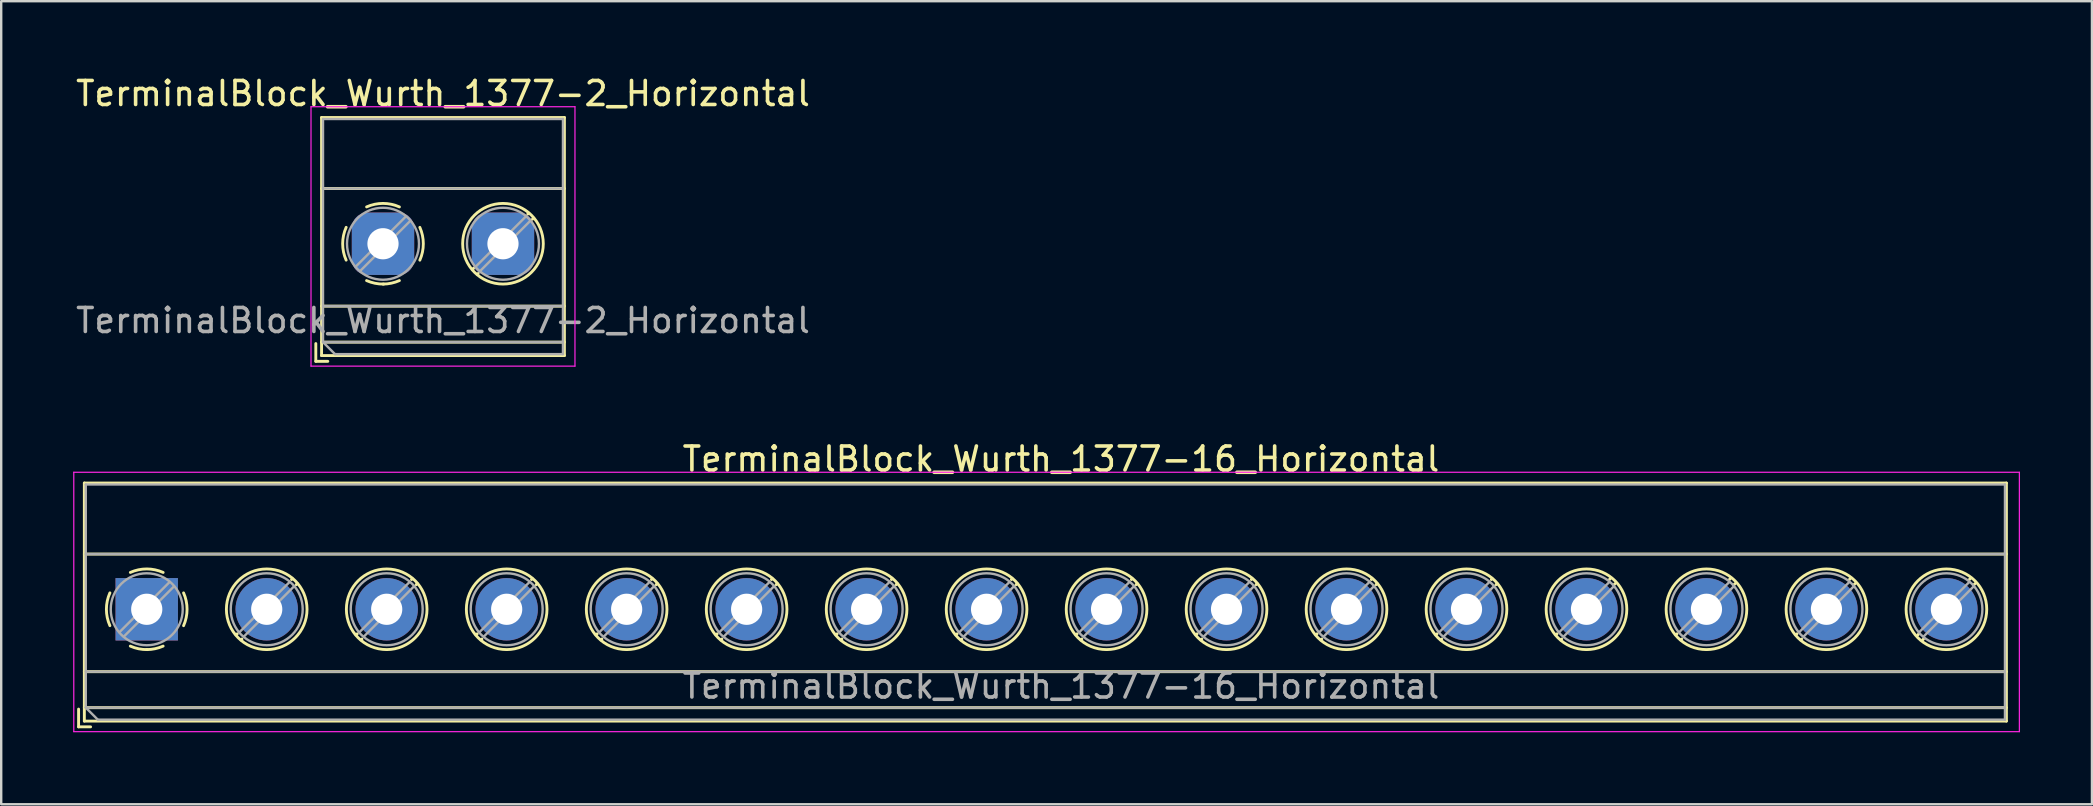
<source format=kicad_pcb>
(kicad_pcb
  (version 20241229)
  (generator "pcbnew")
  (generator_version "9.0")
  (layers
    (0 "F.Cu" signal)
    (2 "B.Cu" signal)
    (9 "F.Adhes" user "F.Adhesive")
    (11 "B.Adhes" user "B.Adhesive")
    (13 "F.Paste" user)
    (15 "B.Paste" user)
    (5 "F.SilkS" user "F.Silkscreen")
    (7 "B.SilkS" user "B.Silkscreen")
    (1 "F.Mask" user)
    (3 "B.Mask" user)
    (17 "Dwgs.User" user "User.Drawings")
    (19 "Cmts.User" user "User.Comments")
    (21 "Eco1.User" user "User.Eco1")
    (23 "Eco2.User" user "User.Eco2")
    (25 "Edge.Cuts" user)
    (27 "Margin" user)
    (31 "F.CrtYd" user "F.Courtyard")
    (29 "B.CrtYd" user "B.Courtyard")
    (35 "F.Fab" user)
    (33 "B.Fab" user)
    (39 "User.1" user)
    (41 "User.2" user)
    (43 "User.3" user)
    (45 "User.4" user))
  (footprint "TerminalBlock_Wurth_1377-16_Horizontal"
    (layer "F.Cu")
    (at 3.065 22.341)
    (property "Reference" "TerminalBlock_Wurth_1377-16_Horizontal" (at 38.1 -6.26 0) (layer "F.SilkS") (effects (font (size 1 1) (thickness 0.15))))
    (attr through_hole)
    (fp_line (start -2.84 4.16) (end -2.84 4.9) (stroke (width 0.12) (type solid)) (layer "F.SilkS"))
    (fp_line (start -2.84 4.9) (end -2.34 4.9) (stroke (width 0.12) (type solid)) (layer "F.SilkS"))
    (fp_line (start -2.6 -5.261) (end -2.6 4.66) (stroke (width 0.12) (type solid)) (layer "F.SilkS"))
    (fp_line (start -2.6 -5.261) (end 77.5 -5.261) (stroke (width 0.12) (type solid)) (layer "F.SilkS"))
    (fp_line (start -2.6 -2.301) (end 77.5 -2.301) (stroke (width 0.12) (type solid)) (layer "F.SilkS"))
    (fp_line (start -2.6 2.6) (end 77.5 2.6) (stroke (width 0.12) (type solid)) (layer "F.SilkS"))
    (fp_line (start -2.6 4.1) (end 77.5 4.1) (stroke (width 0.12) (type solid)) (layer "F.SilkS"))
    (fp_line (start -2.6 4.66) (end 77.5 4.66) (stroke (width 0.12) (type solid)) (layer "F.SilkS"))
    (fp_line (start 3.773 1.023) (end 3.726 1.069) (stroke (width 0.12) (type solid)) (layer "F.SilkS"))
    (fp_line (start 3.966 1.239) (end 3.931 1.274) (stroke (width 0.12) (type solid)) (layer "F.SilkS"))
    (fp_line (start 6.07 -1.275) (end 6.035 -1.239) (stroke (width 0.12) (type solid)) (layer "F.SilkS"))
    (fp_line (start 6.275 -1.069) (end 6.228 -1.023) (stroke (width 0.12) (type solid)) (layer "F.SilkS"))
    (fp_line (start 8.773 1.023) (end 8.726 1.069) (stroke (width 0.12) (type solid)) (layer "F.SilkS"))
    (fp_line (start 8.966 1.239) (end 8.931 1.274) (stroke (width 0.12) (type solid)) (layer "F.SilkS"))
    (fp_line (start 11.07 -1.275) (end 11.035 -1.239) (stroke (width 0.12) (type solid)) (layer "F.SilkS"))
    (fp_line (start 11.275 -1.069) (end 11.228 -1.023) (stroke (width 0.12) (type solid)) (layer "F.SilkS"))
    (fp_line (start 13.773 1.023) (end 13.726 1.069) (stroke (width 0.12) (type solid)) (layer "F.SilkS"))
    (fp_line (start 13.966 1.239) (end 13.931 1.274) (stroke (width 0.12) (type solid)) (layer "F.SilkS"))
    (fp_line (start 16.07 -1.275) (end 16.035 -1.239) (stroke (width 0.12) (type solid)) (layer "F.SilkS"))
    (fp_line (start 16.275 -1.069) (end 16.228 -1.023) (stroke (width 0.12) (type solid)) (layer "F.SilkS"))
    (fp_line (start 18.773 1.023) (end 18.726 1.069) (stroke (width 0.12) (type solid)) (layer "F.SilkS"))
    (fp_line (start 18.966 1.239) (end 18.931 1.274) (stroke (width 0.12) (type solid)) (layer "F.SilkS"))
    (fp_line (start 21.07 -1.275) (end 21.035 -1.239) (stroke (width 0.12) (type solid)) (layer "F.SilkS"))
    (fp_line (start 21.275 -1.069) (end 21.228 -1.023) (stroke (width 0.12) (type solid)) (layer "F.SilkS"))
    (fp_line (start 23.773 1.023) (end 23.726 1.069) (stroke (width 0.12) (type solid)) (layer "F.SilkS"))
    (fp_line (start 23.966 1.239) (end 23.931 1.274) (stroke (width 0.12) (type solid)) (layer "F.SilkS"))
    (fp_line (start 26.07 -1.275) (end 26.035 -1.239) (stroke (width 0.12) (type solid)) (layer "F.SilkS"))
    (fp_line (start 26.275 -1.069) (end 26.228 -1.023) (stroke (width 0.12) (type solid)) (layer "F.SilkS"))
    (fp_line (start 28.773 1.023) (end 28.726 1.069) (stroke (width 0.12) (type solid)) (layer "F.SilkS"))
    (fp_line (start 28.966 1.239) (end 28.931 1.274) (stroke (width 0.12) (type solid)) (layer "F.SilkS"))
    (fp_line (start 31.07 -1.275) (end 31.035 -1.239) (stroke (width 0.12) (type solid)) (layer "F.SilkS"))
    (fp_line (start 31.275 -1.069) (end 31.228 -1.023) (stroke (width 0.12) (type solid)) (layer "F.SilkS"))
    (fp_line (start 33.773 1.023) (end 33.726 1.069) (stroke (width 0.12) (type solid)) (layer "F.SilkS"))
    (fp_line (start 33.966 1.239) (end 33.931 1.274) (stroke (width 0.12) (type solid)) (layer "F.SilkS"))
    (fp_line (start 36.07 -1.275) (end 36.035 -1.239) (stroke (width 0.12) (type solid)) (layer "F.SilkS"))
    (fp_line (start 36.275 -1.069) (end 36.228 -1.023) (stroke (width 0.12) (type solid)) (layer "F.SilkS"))
    (fp_line (start 38.773 1.023) (end 38.726 1.069) (stroke (width 0.12) (type solid)) (layer "F.SilkS"))
    (fp_line (start 38.966 1.239) (end 38.931 1.274) (stroke (width 0.12) (type solid)) (layer "F.SilkS"))
    (fp_line (start 41.07 -1.275) (end 41.035 -1.239) (stroke (width 0.12) (type solid)) (layer "F.SilkS"))
    (fp_line (start 41.275 -1.069) (end 41.228 -1.023) (stroke (width 0.12) (type solid)) (layer "F.SilkS"))
    (fp_line (start 43.773 1.023) (end 43.726 1.069) (stroke (width 0.12) (type solid)) (layer "F.SilkS"))
    (fp_line (start 43.966 1.239) (end 43.931 1.274) (stroke (width 0.12) (type solid)) (layer "F.SilkS"))
    (fp_line (start 46.07 -1.275) (end 46.035 -1.239) (stroke (width 0.12) (type solid)) (layer "F.SilkS"))
    (fp_line (start 46.275 -1.069) (end 46.228 -1.023) (stroke (width 0.12) (type solid)) (layer "F.SilkS"))
    (fp_line (start 48.773 1.023) (end 48.726 1.069) (stroke (width 0.12) (type solid)) (layer "F.SilkS"))
    (fp_line (start 48.966 1.239) (end 48.931 1.274) (stroke (width 0.12) (type solid)) (layer "F.SilkS"))
    (fp_line (start 51.07 -1.275) (end 51.035 -1.239) (stroke (width 0.12) (type solid)) (layer "F.SilkS"))
    (fp_line (start 51.275 -1.069) (end 51.228 -1.023) (stroke (width 0.12) (type solid)) (layer "F.SilkS"))
    (fp_line (start 53.773 1.023) (end 53.726 1.069) (stroke (width 0.12) (type solid)) (layer "F.SilkS"))
    (fp_line (start 53.966 1.239) (end 53.931 1.274) (stroke (width 0.12) (type solid)) (layer "F.SilkS"))
    (fp_line (start 56.07 -1.275) (end 56.035 -1.239) (stroke (width 0.12) (type solid)) (layer "F.SilkS"))
    (fp_line (start 56.275 -1.069) (end 56.228 -1.023) (stroke (width 0.12) (type solid)) (layer "F.SilkS"))
    (fp_line (start 58.773 1.023) (end 58.726 1.069) (stroke (width 0.12) (type solid)) (layer "F.SilkS"))
    (fp_line (start 58.966 1.239) (end 58.931 1.274) (stroke (width 0.12) (type solid)) (layer "F.SilkS"))
    (fp_line (start 60.99 -1.275) (end 60.955 -1.239) (stroke (width 0.12) (type solid)) (layer "F.SilkS"))
    (fp_line (start 61.195 -1.069) (end 61.148 -1.023) (stroke (width 0.12) (type solid)) (layer "F.SilkS"))
    (fp_line (start 63.773 1.023) (end 63.726 1.069) (stroke (width 0.12) (type solid)) (layer "F.SilkS"))
    (fp_line (start 63.966 1.239) (end 63.931 1.274) (stroke (width 0.12) (type solid)) (layer "F.SilkS"))
    (fp_line (start 65.99 -1.275) (end 65.955 -1.239) (stroke (width 0.12) (type solid)) (layer "F.SilkS"))
    (fp_line (start 66.195 -1.069) (end 66.148 -1.023) (stroke (width 0.12) (type solid)) (layer "F.SilkS"))
    (fp_line (start 68.773 1.023) (end 68.726 1.069) (stroke (width 0.12) (type solid)) (layer "F.SilkS"))
    (fp_line (start 68.966 1.239) (end 68.931 1.274) (stroke (width 0.12) (type solid)) (layer "F.SilkS"))
    (fp_line (start 70.99 -1.275) (end 70.955 -1.239) (stroke (width 0.12) (type solid)) (layer "F.SilkS"))
    (fp_line (start 71.195 -1.069) (end 71.148 -1.023) (stroke (width 0.12) (type solid)) (layer "F.SilkS"))
    (fp_line (start 73.853 1.023) (end 73.806 1.069) (stroke (width 0.12) (type solid)) (layer "F.SilkS"))
    (fp_line (start 74.046 1.239) (end 74.011 1.274) (stroke (width 0.12) (type solid)) (layer "F.SilkS"))
    (fp_line (start 75.99 -1.275) (end 75.955 -1.239) (stroke (width 0.12) (type solid)) (layer "F.SilkS"))
    (fp_line (start 76.195 -1.069) (end 76.148 -1.023) (stroke (width 0.12) (type solid)) (layer "F.SilkS"))
    (fp_line (start 77.5 -5.261) (end 77.5 4.66) (stroke (width 0.12) (type solid)) (layer "F.SilkS"))
    (fp_arc (start -1.535427 0.683042) (mid -1.680501 -0.000524) (end -1.535 -0.684) (stroke (width 0.12) (type solid)) (layer "F.SilkS"))
    (fp_arc (start -0.683042 -1.535427) (mid 0.000524 -1.680501) (end 0.684 -1.535) (stroke (width 0.12) (type solid)) (layer "F.SilkS"))
    (fp_arc (start 0.028805 1.680253) (mid -0.335551 1.646659) (end -0.684 1.535) (stroke (width 0.12) (type solid)) (layer "F.SilkS"))
    (fp_arc (start 0.683318 1.534756) (mid 0.349292 1.643288) (end 0 1.68) (stroke (width 0.12) (type solid)) (layer "F.SilkS"))
    (fp_arc (start 1.535427 -0.683042) (mid 1.680501 0.000524) (end 1.535 0.684) (stroke (width 0.12) (type solid)) (layer "F.SilkS"))
    (fp_circle (center 5 0) (end 6.68 0) (stroke (width 0.12) (type solid)) (fill no) (layer "F.SilkS"))
    (fp_circle (center 10 0) (end 11.68 0) (stroke (width 0.12) (type solid)) (fill no) (layer "F.SilkS"))
    (fp_circle (center 15 0) (end 16.68 0) (stroke (width 0.12) (type solid)) (fill no) (layer "F.SilkS"))
    (fp_circle (center 20 0) (end 21.68 0) (stroke (width 0.12) (type solid)) (fill no) (layer "F.SilkS"))
    (fp_circle (center 25 0) (end 26.68 0) (stroke (width 0.12) (type solid)) (fill no) (layer "F.SilkS"))
    (fp_circle (center 30 0) (end 31.68 0) (stroke (width 0.12) (type solid)) (fill no) (layer "F.SilkS"))
    (fp_circle (center 35 0) (end 36.68 0) (stroke (width 0.12) (type solid)) (fill no) (layer "F.SilkS"))
    (fp_circle (center 40 0) (end 41.68 0) (stroke (width 0.12) (type solid)) (fill no) (layer "F.SilkS"))
    (fp_circle (center 45 0) (end 46.68 0) (stroke (width 0.12) (type solid)) (fill no) (layer "F.SilkS"))
    (fp_circle (center 50 0) (end 51.68 0) (stroke (width 0.12) (type solid)) (fill no) (layer "F.SilkS"))
    (fp_circle (center 55 0) (end 56.68 0) (stroke (width 0.12) (type solid)) (fill no) (layer "F.SilkS"))
    (fp_circle (center 60 0) (end 61.68 0) (stroke (width 0.12) (type solid)) (fill no) (layer "F.SilkS"))
    (fp_circle (center 65 0) (end 66.68 0) (stroke (width 0.12) (type solid)) (fill no) (layer "F.SilkS"))
    (fp_circle (center 70 0) (end 71.68 0) (stroke (width 0.12) (type solid)) (fill no) (layer "F.SilkS"))
    (fp_circle (center 75 0) (end 76.68 0) (stroke (width 0.12) (type solid)) (fill no) (layer "F.SilkS"))
    (fp_line (start -3.04 -5.71) (end -3.04 5.1) (stroke (width 0.05) (type solid)) (layer "F.CrtYd"))
    (fp_line (start -3.04 5.1) (end 78.04 5.1) (stroke (width 0.05) (type solid)) (layer "F.CrtYd"))
    (fp_line (start 78.04 -5.71) (end -3.04 -5.71) (stroke (width 0.05) (type solid)) (layer "F.CrtYd"))
    (fp_line (start 78.04 5.1) (end 78.04 -5.71) (stroke (width 0.05) (type solid)) (layer "F.CrtYd"))
    (fp_line (start -2.54 -5.2) (end 77.44 -5.2) (stroke (width 0.1) (type solid)) (layer "F.Fab"))
    (fp_line (start -2.54 -2.3) (end 77.4 -2.3) (stroke (width 0.1) (type solid)) (layer "F.Fab"))
    (fp_line (start -2.54 2.6) (end 77.4 2.6) (stroke (width 0.1) (type solid)) (layer "F.Fab"))
    (fp_line (start -2.54 4.1) (end -2.54 -5.2) (stroke (width 0.1) (type solid)) (layer "F.Fab"))
    (fp_line (start -2.54 4.1) (end 77.4 4.1) (stroke (width 0.1) (type solid)) (layer "F.Fab"))
    (fp_line (start -2.04 4.6) (end -2.54 4.1) (stroke (width 0.1) (type solid)) (layer "F.Fab"))
    (fp_line (start 0.955 -1.138) (end -1.138 0.955) (stroke (width 0.1) (type solid)) (layer "F.Fab"))
    (fp_line (start 1.138 -0.955) (end -0.955 1.138) (stroke (width 0.1) (type solid)) (layer "F.Fab"))
    (fp_line (start 5.955 -1.138) (end 3.863 0.955) (stroke (width 0.1) (type solid)) (layer "F.Fab"))
    (fp_line (start 6.138 -0.955) (end 4.046 1.138) (stroke (width 0.1) (type solid)) (layer "F.Fab"))
    (fp_line (start 10.955 -1.138) (end 8.863 0.955) (stroke (width 0.1) (type solid)) (layer "F.Fab"))
    (fp_line (start 11.138 -0.955) (end 9.046 1.138) (stroke (width 0.1) (type solid)) (layer "F.Fab"))
    (fp_line (start 15.955 -1.138) (end 13.863 0.955) (stroke (width 0.1) (type solid)) (layer "F.Fab"))
    (fp_line (start 16.138 -0.955) (end 14.046 1.138) (stroke (width 0.1) (type solid)) (layer "F.Fab"))
    (fp_line (start 20.955 -1.138) (end 18.863 0.955) (stroke (width 0.1) (type solid)) (layer "F.Fab"))
    (fp_line (start 21.138 -0.955) (end 19.046 1.138) (stroke (width 0.1) (type solid)) (layer "F.Fab"))
    (fp_line (start 25.955 -1.138) (end 23.863 0.955) (stroke (width 0.1) (type solid)) (layer "F.Fab"))
    (fp_line (start 26.138 -0.955) (end 24.046 1.138) (stroke (width 0.1) (type solid)) (layer "F.Fab"))
    (fp_line (start 30.955 -1.138) (end 28.863 0.955) (stroke (width 0.1) (type solid)) (layer "F.Fab"))
    (fp_line (start 31.138 -0.955) (end 29.046 1.138) (stroke (width 0.1) (type solid)) (layer "F.Fab"))
    (fp_line (start 35.955 -1.138) (end 33.863 0.955) (stroke (width 0.1) (type solid)) (layer "F.Fab"))
    (fp_line (start 36.138 -0.955) (end 34.046 1.138) (stroke (width 0.1) (type solid)) (layer "F.Fab"))
    (fp_line (start 40.955 -1.138) (end 38.863 0.955) (stroke (width 0.1) (type solid)) (layer "F.Fab"))
    (fp_line (start 41.138 -0.955) (end 39.046 1.138) (stroke (width 0.1) (type solid)) (layer "F.Fab"))
    (fp_line (start 45.955 -1.138) (end 43.863 0.955) (stroke (width 0.1) (type solid)) (layer "F.Fab"))
    (fp_line (start 46.138 -0.955) (end 44.046 1.138) (stroke (width 0.1) (type solid)) (layer "F.Fab"))
    (fp_line (start 50.955 -1.138) (end 48.863 0.955) (stroke (width 0.1) (type solid)) (layer "F.Fab"))
    (fp_line (start 51.138 -0.955) (end 49.046 1.138) (stroke (width 0.1) (type solid)) (layer "F.Fab"))
    (fp_line (start 55.955 -1.138) (end 53.863 0.955) (stroke (width 0.1) (type solid)) (layer "F.Fab"))
    (fp_line (start 56.138 -0.955) (end 54.046 1.138) (stroke (width 0.1) (type solid)) (layer "F.Fab"))
    (fp_line (start 60.955 -1.138) (end 58.863 0.955) (stroke (width 0.1) (type solid)) (layer "F.Fab"))
    (fp_line (start 61.138 -0.955) (end 59.046 1.138) (stroke (width 0.1) (type solid)) (layer "F.Fab"))
    (fp_line (start 65.955 -1.138) (end 63.863 0.955) (stroke (width 0.1) (type solid)) (layer "F.Fab"))
    (fp_line (start 66.138 -0.955) (end 64.046 1.138) (stroke (width 0.1) (type solid)) (layer "F.Fab"))
    (fp_line (start 70.955 -1.138) (end 68.863 0.955) (stroke (width 0.1) (type solid)) (layer "F.Fab"))
    (fp_line (start 71.138 -0.955) (end 69.046 1.138) (stroke (width 0.1) (type solid)) (layer "F.Fab"))
    (fp_line (start 75.955 -1.138) (end 73.863 0.955) (stroke (width 0.1) (type solid)) (layer "F.Fab"))
    (fp_line (start 76.138 -0.955) (end 74.046 1.138) (stroke (width 0.1) (type solid)) (layer "F.Fab"))
    (fp_line (start 77.44 -5.2) (end 77.44 4.6) (stroke (width 0.1) (type solid)) (layer "F.Fab"))
    (fp_line (start 77.44 4.6) (end -2.04 4.6) (stroke (width 0.1) (type solid)) (layer "F.Fab"))
    (fp_circle (center 0 0) (end 1.5 0) (stroke (width 0.1) (type solid)) (fill no) (layer "F.Fab"))
    (fp_circle (center 5 0) (end 6.5 0) (stroke (width 0.1) (type solid)) (fill no) (layer "F.Fab"))
    (fp_circle (center 10 0) (end 11.5 0) (stroke (width 0.1) (type solid)) (fill no) (layer "F.Fab"))
    (fp_circle (center 15 0) (end 16.5 0) (stroke (width 0.1) (type solid)) (fill no) (layer "F.Fab"))
    (fp_circle (center 20 0) (end 21.5 0) (stroke (width 0.1) (type solid)) (fill no) (layer "F.Fab"))
    (fp_circle (center 25 0) (end 26.5 0) (stroke (width 0.1) (type solid)) (fill no) (layer "F.Fab"))
    (fp_circle (center 30 0) (end 31.5 0) (stroke (width 0.1) (type solid)) (fill no) (layer "F.Fab"))
    (fp_circle (center 35 0) (end 36.5 0) (stroke (width 0.1) (type solid)) (fill no) (layer "F.Fab"))
    (fp_circle (center 40 0) (end 41.5 0) (stroke (width 0.1) (type solid)) (fill no) (layer "F.Fab"))
    (fp_circle (center 45 0) (end 46.5 0) (stroke (width 0.1) (type solid)) (fill no) (layer "F.Fab"))
    (fp_circle (center 50 0) (end 51.5 0) (stroke (width 0.1) (type solid)) (fill no) (layer "F.Fab"))
    (fp_circle (center 55 0) (end 56.5 0) (stroke (width 0.1) (type solid)) (fill no) (layer "F.Fab"))
    (fp_circle (center 60 0) (end 61.5 0) (stroke (width 0.1) (type solid)) (fill no) (layer "F.Fab"))
    (fp_circle (center 65 0) (end 66.5 0) (stroke (width 0.1) (type solid)) (fill no) (layer "F.Fab"))
    (fp_circle (center 70 0) (end 71.5 0) (stroke (width 0.1) (type solid)) (fill no) (layer "F.Fab"))
    (fp_circle (center 75 0) (end 76.5 0) (stroke (width 0.1) (type solid)) (fill no) (layer "F.Fab"))
    (fp_text user "${REFERENCE}" (at 38.1 3.2 0) (layer "F.Fab") (effects (font (size 1 1) (thickness 0.15))))
    (pad "1" thru_hole rect (at 0 0) (size 2.6 2.6) (drill 1.3) (layers "*.Cu" "*.Mask"))
    (pad "2" thru_hole circle (at 5 0) (size 2.6 2.6) (drill 1.3) (layers "*.Cu" "*.Mask"))
    (pad "3" thru_hole circle (at 10 0) (size 2.6 2.6) (drill 1.3) (layers "*.Cu" "*.Mask"))
    (pad "4" thru_hole circle (at 15 0) (size 2.6 2.6) (drill 1.3) (layers "*.Cu" "*.Mask"))
    (pad "5" thru_hole circle (at 20 0) (size 2.6 2.6) (drill 1.3) (layers "*.Cu" "*.Mask"))
    (pad "6" thru_hole circle (at 25 0) (size 2.6 2.6) (drill 1.3) (layers "*.Cu" "*.Mask"))
    (pad "7" thru_hole circle (at 30 0) (size 2.6 2.6) (drill 1.3) (layers "*.Cu" "*.Mask"))
    (pad "8" thru_hole circle (at 35 0) (size 2.6 2.6) (drill 1.3) (layers "*.Cu" "*.Mask"))
    (pad "9" thru_hole circle (at 40 0) (size 2.6 2.6) (drill 1.3) (layers "*.Cu" "*.Mask"))
    (pad "10" thru_hole circle (at 45 0) (size 2.6 2.6) (drill 1.3) (layers "*.Cu" "*.Mask"))
    (pad "11" thru_hole circle (at 50 0) (size 2.6 2.6) (drill 1.3) (layers "*.Cu" "*.Mask"))
    (pad "12" thru_hole circle (at 55 0) (size 2.6 2.6) (drill 1.3) (layers "*.Cu" "*.Mask"))
    (pad "13" thru_hole circle (at 60 0) (size 2.6 2.6) (drill 1.3) (layers "*.Cu" "*.Mask"))
    (pad "14" thru_hole circle (at 65 0) (size 2.6 2.6) (drill 1.3) (layers "*.Cu" "*.Mask"))
    (pad "15" thru_hole circle (at 70 0) (size 2.6 2.6) (drill 1.3) (layers "*.Cu" "*.Mask"))
    (pad "16" thru_hole circle (at 75 0) (size 2.6 2.6) (drill 1.3) (layers "*.Cu" "*.Mask")))
  (footprint "TerminalBlock_Wurth_1377-2_Horizontal"
    (layer "F.Cu")
    (at 12.911 7.108)
    (property "Reference" "TerminalBlock_Wurth_1377-2_Horizontal" (at 2.5 -6.26 0) (layer "F.SilkS") (effects (font (size 1 1) (thickness 0.15))))
    (attr through_hole)
    (fp_line (start -2.8 4.16) (end -2.8 4.9) (stroke (width 0.12) (type solid)) (layer "F.SilkS"))
    (fp_line (start -2.8 4.9) (end -2.3 4.9) (stroke (width 0.12) (type solid)) (layer "F.SilkS"))
    (fp_line (start -2.56 -5.261) (end -2.56 4.66) (stroke (width 0.12) (type solid)) (layer "F.SilkS"))
    (fp_line (start -2.56 -5.261) (end 7.56 -5.261) (stroke (width 0.12) (type solid)) (layer "F.SilkS"))
    (fp_line (start -2.56 -2.301) (end 7.56 -2.301) (stroke (width 0.12) (type solid)) (layer "F.SilkS"))
    (fp_line (start -2.56 2.6) (end 7.56 2.6) (stroke (width 0.12) (type solid)) (layer "F.SilkS"))
    (fp_line (start -2.56 4.1) (end 7.56 4.1) (stroke (width 0.12) (type solid)) (layer "F.SilkS"))
    (fp_line (start -2.56 4.66) (end 7.56 4.66) (stroke (width 0.12) (type solid)) (layer "F.SilkS"))
    (fp_line (start 3.773 1.023) (end 3.726 1.069) (stroke (width 0.12) (type solid)) (layer "F.SilkS"))
    (fp_line (start 3.966 1.239) (end 3.931 1.274) (stroke (width 0.12) (type solid)) (layer "F.SilkS"))
    (fp_line (start 6.07 -1.275) (end 6.035 -1.239) (stroke (width 0.12) (type solid)) (layer "F.SilkS"))
    (fp_line (start 6.275 -1.069) (end 6.228 -1.023) (stroke (width 0.12) (type solid)) (layer "F.SilkS"))
    (fp_line (start 7.56 -5.261) (end 7.56 4.66) (stroke (width 0.12) (type solid)) (layer "F.SilkS"))
    (fp_arc (start -1.535427 0.683042) (mid -1.680501 -0.000524) (end -1.535 -0.684) (stroke (width 0.12) (type solid)) (layer "F.SilkS"))
    (fp_arc (start -0.683042 -1.535427) (mid 0.000524 -1.680501) (end 0.684 -1.535) (stroke (width 0.12) (type solid)) (layer "F.SilkS"))
    (fp_arc (start 0.028805 1.680253) (mid -0.335551 1.646659) (end -0.684 1.535) (stroke (width 0.12) (type solid)) (layer "F.SilkS"))
    (fp_arc (start 0.683318 1.534756) (mid 0.349292 1.643288) (end 0 1.68) (stroke (width 0.12) (type solid)) (layer "F.SilkS"))
    (fp_arc (start 1.535427 -0.683042) (mid 1.680501 0.000524) (end 1.535 0.684) (stroke (width 0.12) (type solid)) (layer "F.SilkS"))
    (fp_circle (center 5 0) (end 6.68 0) (stroke (width 0.12) (type solid)) (fill no) (layer "F.SilkS"))
    (fp_line (start -3 -5.71) (end -3 5.1) (stroke (width 0.05) (type solid)) (layer "F.CrtYd"))
    (fp_line (start -3 5.1) (end 8 5.1) (stroke (width 0.05) (type solid)) (layer "F.CrtYd"))
    (fp_line (start 8 -5.71) (end -3 -5.71) (stroke (width 0.05) (type solid)) (layer "F.CrtYd"))
    (fp_line (start 8 5.1) (end 8 -5.71) (stroke (width 0.05) (type solid)) (layer "F.CrtYd"))
    (fp_line (start -2.5 -5.2) (end 7.5 -5.2) (stroke (width 0.1) (type solid)) (layer "F.Fab"))
    (fp_line (start -2.5 -2.3) (end 7.5 -2.3) (stroke (width 0.1) (type solid)) (layer "F.Fab"))
    (fp_line (start -2.5 2.6) (end 7.5 2.6) (stroke (width 0.1) (type solid)) (layer "F.Fab"))
    (fp_line (start -2.5 4.1) (end -2.5 -5.2) (stroke (width 0.1) (type solid)) (layer "F.Fab"))
    (fp_line (start -2.5 4.1) (end 7.5 4.1) (stroke (width 0.1) (type solid)) (layer "F.Fab"))
    (fp_line (start -2 4.6) (end -2.5 4.1) (stroke (width 0.1) (type solid)) (layer "F.Fab"))
    (fp_line (start 0.955 -1.138) (end -1.138 0.955) (stroke (width 0.1) (type solid)) (layer "F.Fab"))
    (fp_line (start 1.138 -0.955) (end -0.955 1.138) (stroke (width 0.1) (type solid)) (layer "F.Fab"))
    (fp_line (start 5.955 -1.138) (end 3.863 0.955) (stroke (width 0.1) (type solid)) (layer "F.Fab"))
    (fp_line (start 6.138 -0.955) (end 4.046 1.138) (stroke (width 0.1) (type solid)) (layer "F.Fab"))
    (fp_line (start 7.5 -5.2) (end 7.5 4.6) (stroke (width 0.1) (type solid)) (layer "F.Fab"))
    (fp_line (start 7.5 4.6) (end -2 4.6) (stroke (width 0.1) (type solid)) (layer "F.Fab"))
    (fp_circle (center 0 0) (end 1.5 0) (stroke (width 0.1) (type solid)) (fill no) (layer "F.Fab"))
    (fp_circle (center 5 0) (end 6.5 0) (stroke (width 0.1) (type solid)) (fill no) (layer "F.Fab"))
    (fp_text user "${REFERENCE}" (at 2.5 3.2 0) (layer "F.Fab") (effects (font (size 1 1) (thickness 0.15))))
    (pad "1" thru_hole roundrect (at 0 0) (size 2.6 2.6) (drill 1.3) (layers "*.Cu" "*.Mask") (roundrect_rratio 0.25))
    (pad "2" thru_hole roundrect (at 5 0) (size 2.6 2.6) (drill 1.3) (layers "*.Cu" "*.Mask") (roundrect_rratio 0.25)))
  (gr_rect
    (start -3 -3)
    (end 84.13 30.466)
    (stroke (width 0.1) (type default))
    (fill no)
    (layer "Edge.Cuts")))
</source>
